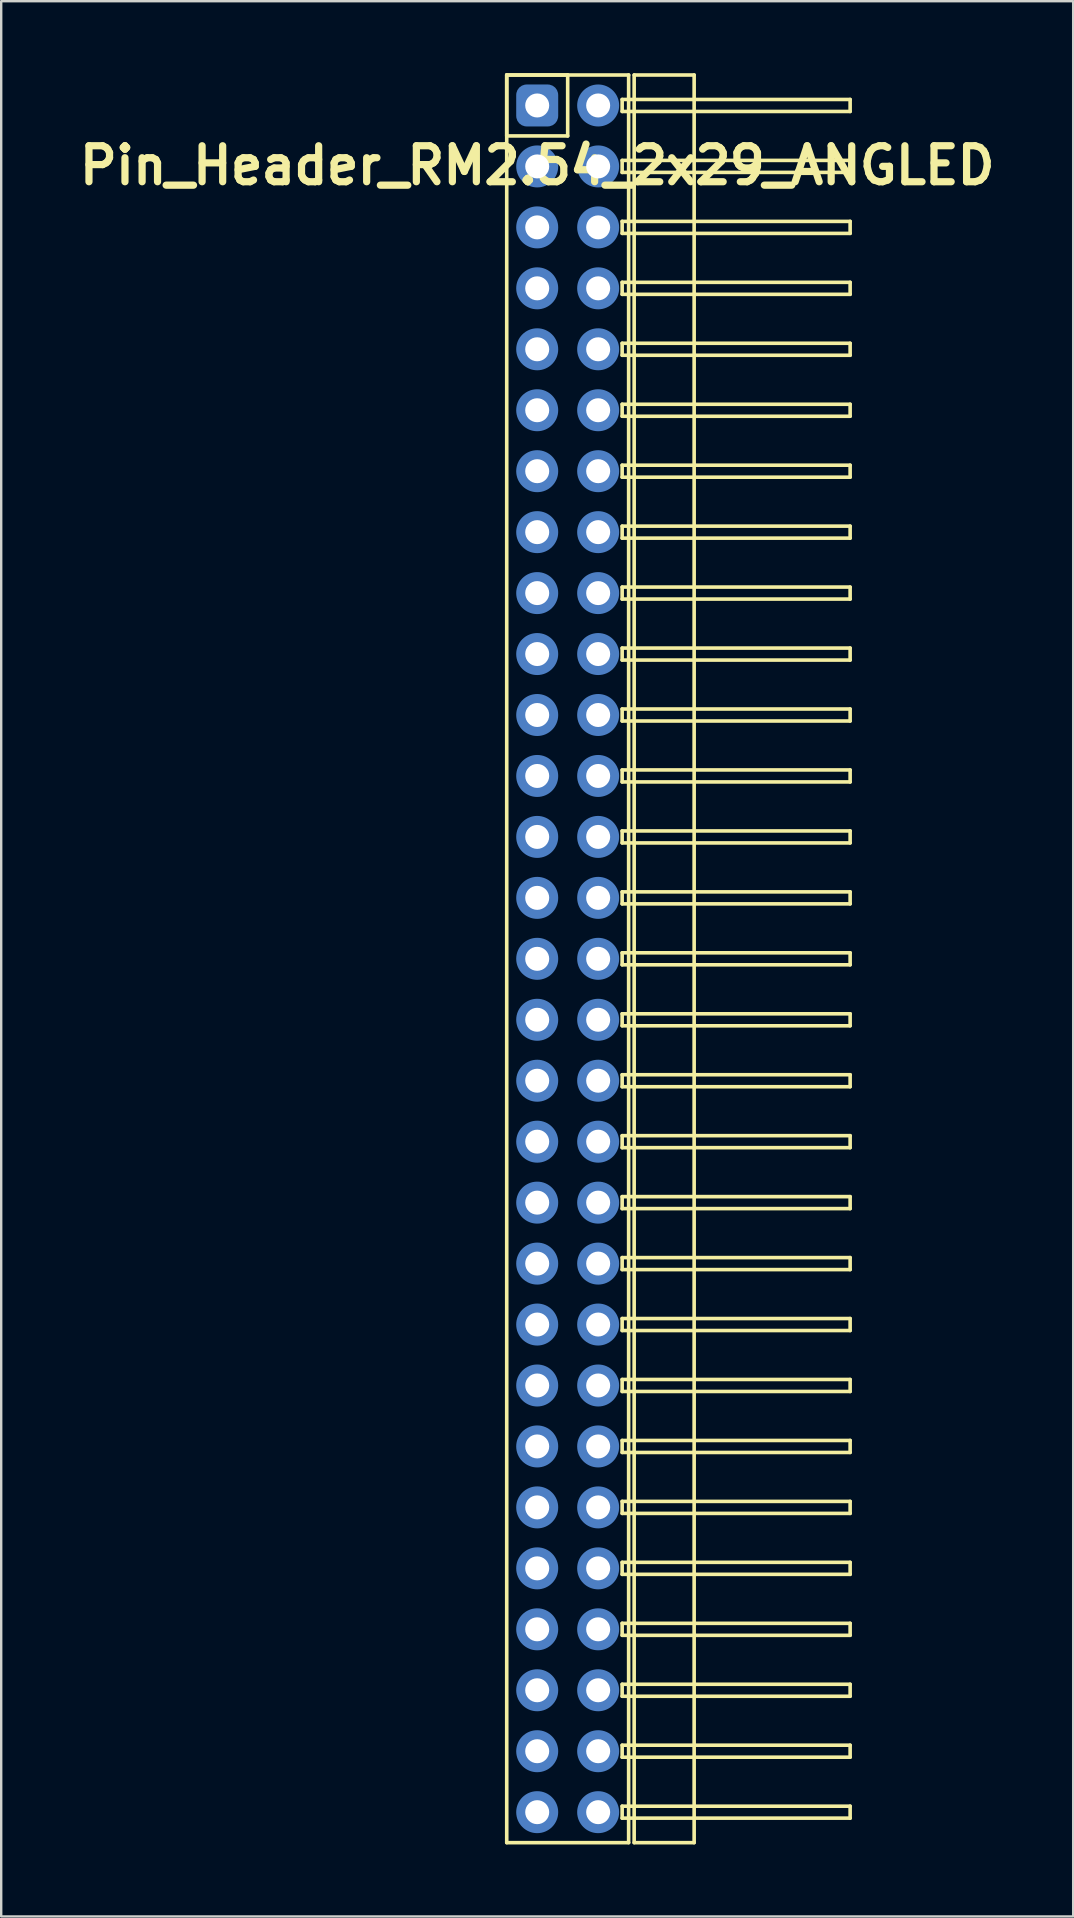
<source format=kicad_pcb>
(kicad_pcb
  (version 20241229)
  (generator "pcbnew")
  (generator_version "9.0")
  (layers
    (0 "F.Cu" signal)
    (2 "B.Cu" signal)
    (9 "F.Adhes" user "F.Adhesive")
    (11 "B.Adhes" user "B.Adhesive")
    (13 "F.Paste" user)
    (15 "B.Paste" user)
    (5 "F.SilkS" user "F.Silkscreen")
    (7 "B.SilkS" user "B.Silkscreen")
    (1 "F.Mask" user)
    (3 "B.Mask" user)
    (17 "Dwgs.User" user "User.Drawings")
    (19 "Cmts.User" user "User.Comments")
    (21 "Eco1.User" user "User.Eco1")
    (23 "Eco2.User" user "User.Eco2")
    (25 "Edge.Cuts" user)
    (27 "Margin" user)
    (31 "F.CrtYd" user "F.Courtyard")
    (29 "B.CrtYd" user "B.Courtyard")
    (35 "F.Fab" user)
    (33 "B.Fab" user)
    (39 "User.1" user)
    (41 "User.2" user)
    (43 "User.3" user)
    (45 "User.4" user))
  (footprint "Pin_Header_RM2.54_2x29_ANGLED"
    (layer "F.Cu")
    (at 19.336 1.345)
    (property "Reference" "Pin_Header_RM2.54_2x29_ANGLED" (at 0 2.5 0) (layer "F.SilkS") (effects (font (size 1.5 1.5) (thickness 0.3))))
    (attr through_hole)
    (fp_line (start -1.27 -1.27) (end 1.27 -1.27) (stroke (width 0.15) (type solid)) (layer "F.SilkS"))
    (fp_line (start -1.27 -1.27) (end 3.81 -1.27) (stroke (width 0.15) (type solid)) (layer "F.SilkS"))
    (fp_line (start -1.27 1.27) (end -1.27 -1.27) (stroke (width 0.15) (type solid)) (layer "F.SilkS"))
    (fp_line (start -1.27 72.39) (end -1.27 -1.27) (stroke (width 0.15) (type solid)) (layer "F.SilkS"))
    (fp_line (start 1.27 -1.27) (end 1.27 1.27) (stroke (width 0.15) (type solid)) (layer "F.SilkS"))
    (fp_line (start 1.27 1.27) (end -1.27 1.27) (stroke (width 0.15) (type solid)) (layer "F.SilkS"))
    (fp_line (start 3.54 -0.25) (end 13.04 -0.25) (stroke (width 0.15) (type solid)) (layer "F.SilkS"))
    (fp_line (start 3.54 0.25) (end 3.54 -0.25) (stroke (width 0.15) (type solid)) (layer "F.SilkS"))
    (fp_line (start 3.54 2.29) (end 13.04 2.29) (stroke (width 0.15) (type solid)) (layer "F.SilkS"))
    (fp_line (start 3.54 2.79) (end 3.54 2.29) (stroke (width 0.15) (type solid)) (layer "F.SilkS"))
    (fp_line (start 3.54 4.83) (end 13.04 4.83) (stroke (width 0.15) (type solid)) (layer "F.SilkS"))
    (fp_line (start 3.54 5.33) (end 3.54 4.83) (stroke (width 0.15) (type solid)) (layer "F.SilkS"))
    (fp_line (start 3.54 7.37) (end 13.04 7.37) (stroke (width 0.15) (type solid)) (layer "F.SilkS"))
    (fp_line (start 3.54 7.87) (end 3.54 7.37) (stroke (width 0.15) (type solid)) (layer "F.SilkS"))
    (fp_line (start 3.54 9.91) (end 13.04 9.91) (stroke (width 0.15) (type solid)) (layer "F.SilkS"))
    (fp_line (start 3.54 10.41) (end 3.54 9.91) (stroke (width 0.15) (type solid)) (layer "F.SilkS"))
    (fp_line (start 3.54 12.45) (end 13.04 12.45) (stroke (width 0.15) (type solid)) (layer "F.SilkS"))
    (fp_line (start 3.54 12.95) (end 3.54 12.45) (stroke (width 0.15) (type solid)) (layer "F.SilkS"))
    (fp_line (start 3.54 14.99) (end 13.04 14.99) (stroke (width 0.15) (type solid)) (layer "F.SilkS"))
    (fp_line (start 3.54 15.49) (end 3.54 14.99) (stroke (width 0.15) (type solid)) (layer "F.SilkS"))
    (fp_line (start 3.54 17.53) (end 13.04 17.53) (stroke (width 0.15) (type solid)) (layer "F.SilkS"))
    (fp_line (start 3.54 18.03) (end 3.54 17.53) (stroke (width 0.15) (type solid)) (layer "F.SilkS"))
    (fp_line (start 3.54 20.07) (end 13.04 20.07) (stroke (width 0.15) (type solid)) (layer "F.SilkS"))
    (fp_line (start 3.54 20.57) (end 3.54 20.07) (stroke (width 0.15) (type solid)) (layer "F.SilkS"))
    (fp_line (start 3.54 22.61) (end 13.04 22.61) (stroke (width 0.15) (type solid)) (layer "F.SilkS"))
    (fp_line (start 3.54 23.11) (end 3.54 22.61) (stroke (width 0.15) (type solid)) (layer "F.SilkS"))
    (fp_line (start 3.54 25.15) (end 13.04 25.15) (stroke (width 0.15) (type solid)) (layer "F.SilkS"))
    (fp_line (start 3.54 25.65) (end 3.54 25.15) (stroke (width 0.15) (type solid)) (layer "F.SilkS"))
    (fp_line (start 3.54 27.69) (end 13.04 27.69) (stroke (width 0.15) (type solid)) (layer "F.SilkS"))
    (fp_line (start 3.54 28.19) (end 3.54 27.69) (stroke (width 0.15) (type solid)) (layer "F.SilkS"))
    (fp_line (start 3.54 30.23) (end 13.04 30.23) (stroke (width 0.15) (type solid)) (layer "F.SilkS"))
    (fp_line (start 3.54 30.73) (end 3.54 30.23) (stroke (width 0.15) (type solid)) (layer "F.SilkS"))
    (fp_line (start 3.54 32.77) (end 13.04 32.77) (stroke (width 0.15) (type solid)) (layer "F.SilkS"))
    (fp_line (start 3.54 33.27) (end 3.54 32.77) (stroke (width 0.15) (type solid)) (layer "F.SilkS"))
    (fp_line (start 3.54 35.31) (end 13.04 35.31) (stroke (width 0.15) (type solid)) (layer "F.SilkS"))
    (fp_line (start 3.54 35.81) (end 3.54 35.31) (stroke (width 0.15) (type solid)) (layer "F.SilkS"))
    (fp_line (start 3.54 37.85) (end 13.04 37.85) (stroke (width 0.15) (type solid)) (layer "F.SilkS"))
    (fp_line (start 3.54 38.35) (end 3.54 37.85) (stroke (width 0.15) (type solid)) (layer "F.SilkS"))
    (fp_line (start 3.54 40.39) (end 13.04 40.39) (stroke (width 0.15) (type solid)) (layer "F.SilkS"))
    (fp_line (start 3.54 40.89) (end 3.54 40.39) (stroke (width 0.15) (type solid)) (layer "F.SilkS"))
    (fp_line (start 3.54 42.93) (end 13.04 42.93) (stroke (width 0.15) (type solid)) (layer "F.SilkS"))
    (fp_line (start 3.54 43.43) (end 3.54 42.93) (stroke (width 0.15) (type solid)) (layer "F.SilkS"))
    (fp_line (start 3.54 45.47) (end 13.04 45.47) (stroke (width 0.15) (type solid)) (layer "F.SilkS"))
    (fp_line (start 3.54 45.97) (end 3.54 45.47) (stroke (width 0.15) (type solid)) (layer "F.SilkS"))
    (fp_line (start 3.54 48.01) (end 13.04 48.01) (stroke (width 0.15) (type solid)) (layer "F.SilkS"))
    (fp_line (start 3.54 48.51) (end 3.54 48.01) (stroke (width 0.15) (type solid)) (layer "F.SilkS"))
    (fp_line (start 3.54 50.55) (end 13.04 50.55) (stroke (width 0.15) (type solid)) (layer "F.SilkS"))
    (fp_line (start 3.54 51.05) (end 3.54 50.55) (stroke (width 0.15) (type solid)) (layer "F.SilkS"))
    (fp_line (start 3.54 53.09) (end 13.04 53.09) (stroke (width 0.15) (type solid)) (layer "F.SilkS"))
    (fp_line (start 3.54 53.59) (end 3.54 53.09) (stroke (width 0.15) (type solid)) (layer "F.SilkS"))
    (fp_line (start 3.54 55.63) (end 13.04 55.63) (stroke (width 0.15) (type solid)) (layer "F.SilkS"))
    (fp_line (start 3.54 56.13) (end 3.54 55.63) (stroke (width 0.15) (type solid)) (layer "F.SilkS"))
    (fp_line (start 3.54 58.17) (end 13.04 58.17) (stroke (width 0.15) (type solid)) (layer "F.SilkS"))
    (fp_line (start 3.54 58.67) (end 3.54 58.17) (stroke (width 0.15) (type solid)) (layer "F.SilkS"))
    (fp_line (start 3.54 60.71) (end 13.04 60.71) (stroke (width 0.15) (type solid)) (layer "F.SilkS"))
    (fp_line (start 3.54 61.21) (end 3.54 60.71) (stroke (width 0.15) (type solid)) (layer "F.SilkS"))
    (fp_line (start 3.54 63.25) (end 13.04 63.25) (stroke (width 0.15) (type solid)) (layer "F.SilkS"))
    (fp_line (start 3.54 63.75) (end 3.54 63.25) (stroke (width 0.15) (type solid)) (layer "F.SilkS"))
    (fp_line (start 3.54 65.79) (end 13.04 65.79) (stroke (width 0.15) (type solid)) (layer "F.SilkS"))
    (fp_line (start 3.54 66.29) (end 3.54 65.79) (stroke (width 0.15) (type solid)) (layer "F.SilkS"))
    (fp_line (start 3.54 68.33) (end 13.04 68.33) (stroke (width 0.15) (type solid)) (layer "F.SilkS"))
    (fp_line (start 3.54 68.83) (end 3.54 68.33) (stroke (width 0.15) (type solid)) (layer "F.SilkS"))
    (fp_line (start 3.54 70.87) (end 13.04 70.87) (stroke (width 0.15) (type solid)) (layer "F.SilkS"))
    (fp_line (start 3.54 71.37) (end 3.54 70.87) (stroke (width 0.15) (type solid)) (layer "F.SilkS"))
    (fp_line (start 3.81 -1.27) (end 3.81 72.39) (stroke (width 0.15) (type solid)) (layer "F.SilkS"))
    (fp_line (start 3.81 72.39) (end -1.27 72.39) (stroke (width 0.15) (type solid)) (layer "F.SilkS"))
    (fp_line (start 4.04 -1.27) (end 6.54 -1.27) (stroke (width 0.15) (type solid)) (layer "F.SilkS"))
    (fp_line (start 4.04 72.39) (end 4.04 -1.27) (stroke (width 0.15) (type solid)) (layer "F.SilkS"))
    (fp_line (start 6.54 -1.27) (end 6.54 72.39) (stroke (width 0.15) (type solid)) (layer "F.SilkS"))
    (fp_line (start 6.54 72.39) (end 4.04 72.39) (stroke (width 0.15) (type solid)) (layer "F.SilkS"))
    (fp_line (start 13.04 -0.25) (end 13.04 0.25) (stroke (width 0.15) (type solid)) (layer "F.SilkS"))
    (fp_line (start 13.04 0.25) (end 3.54 0.25) (stroke (width 0.15) (type solid)) (layer "F.SilkS"))
    (fp_line (start 13.04 2.29) (end 13.04 2.79) (stroke (width 0.15) (type solid)) (layer "F.SilkS"))
    (fp_line (start 13.04 2.79) (end 3.54 2.79) (stroke (width 0.15) (type solid)) (layer "F.SilkS"))
    (fp_line (start 13.04 4.83) (end 13.04 5.33) (stroke (width 0.15) (type solid)) (layer "F.SilkS"))
    (fp_line (start 13.04 5.33) (end 3.54 5.33) (stroke (width 0.15) (type solid)) (layer "F.SilkS"))
    (fp_line (start 13.04 7.37) (end 13.04 7.87) (stroke (width 0.15) (type solid)) (layer "F.SilkS"))
    (fp_line (start 13.04 7.87) (end 3.54 7.87) (stroke (width 0.15) (type solid)) (layer "F.SilkS"))
    (fp_line (start 13.04 9.91) (end 13.04 10.41) (stroke (width 0.15) (type solid)) (layer "F.SilkS"))
    (fp_line (start 13.04 10.41) (end 3.54 10.41) (stroke (width 0.15) (type solid)) (layer "F.SilkS"))
    (fp_line (start 13.04 12.45) (end 13.04 12.95) (stroke (width 0.15) (type solid)) (layer "F.SilkS"))
    (fp_line (start 13.04 12.95) (end 3.54 12.95) (stroke (width 0.15) (type solid)) (layer "F.SilkS"))
    (fp_line (start 13.04 14.99) (end 13.04 15.49) (stroke (width 0.15) (type solid)) (layer "F.SilkS"))
    (fp_line (start 13.04 15.49) (end 3.54 15.49) (stroke (width 0.15) (type solid)) (layer "F.SilkS"))
    (fp_line (start 13.04 17.53) (end 13.04 18.03) (stroke (width 0.15) (type solid)) (layer "F.SilkS"))
    (fp_line (start 13.04 18.03) (end 3.54 18.03) (stroke (width 0.15) (type solid)) (layer "F.SilkS"))
    (fp_line (start 13.04 20.07) (end 13.04 20.57) (stroke (width 0.15) (type solid)) (layer "F.SilkS"))
    (fp_line (start 13.04 20.57) (end 3.54 20.57) (stroke (width 0.15) (type solid)) (layer "F.SilkS"))
    (fp_line (start 13.04 22.61) (end 13.04 23.11) (stroke (width 0.15) (type solid)) (layer "F.SilkS"))
    (fp_line (start 13.04 23.11) (end 3.54 23.11) (stroke (width 0.15) (type solid)) (layer "F.SilkS"))
    (fp_line (start 13.04 25.15) (end 13.04 25.65) (stroke (width 0.15) (type solid)) (layer "F.SilkS"))
    (fp_line (start 13.04 25.65) (end 3.54 25.65) (stroke (width 0.15) (type solid)) (layer "F.SilkS"))
    (fp_line (start 13.04 27.69) (end 13.04 28.19) (stroke (width 0.15) (type solid)) (layer "F.SilkS"))
    (fp_line (start 13.04 28.19) (end 3.54 28.19) (stroke (width 0.15) (type solid)) (layer "F.SilkS"))
    (fp_line (start 13.04 30.23) (end 13.04 30.73) (stroke (width 0.15) (type solid)) (layer "F.SilkS"))
    (fp_line (start 13.04 30.73) (end 3.54 30.73) (stroke (width 0.15) (type solid)) (layer "F.SilkS"))
    (fp_line (start 13.04 32.77) (end 13.04 33.27) (stroke (width 0.15) (type solid)) (layer "F.SilkS"))
    (fp_line (start 13.04 33.27) (end 3.54 33.27) (stroke (width 0.15) (type solid)) (layer "F.SilkS"))
    (fp_line (start 13.04 35.31) (end 13.04 35.81) (stroke (width 0.15) (type solid)) (layer "F.SilkS"))
    (fp_line (start 13.04 35.81) (end 3.54 35.81) (stroke (width 0.15) (type solid)) (layer "F.SilkS"))
    (fp_line (start 13.04 37.85) (end 13.04 38.35) (stroke (width 0.15) (type solid)) (layer "F.SilkS"))
    (fp_line (start 13.04 38.35) (end 3.54 38.35) (stroke (width 0.15) (type solid)) (layer "F.SilkS"))
    (fp_line (start 13.04 40.39) (end 13.04 40.89) (stroke (width 0.15) (type solid)) (layer "F.SilkS"))
    (fp_line (start 13.04 40.89) (end 3.54 40.89) (stroke (width 0.15) (type solid)) (layer "F.SilkS"))
    (fp_line (start 13.04 42.93) (end 13.04 43.43) (stroke (width 0.15) (type solid)) (layer "F.SilkS"))
    (fp_line (start 13.04 43.43) (end 3.54 43.43) (stroke (width 0.15) (type solid)) (layer "F.SilkS"))
    (fp_line (start 13.04 45.47) (end 13.04 45.97) (stroke (width 0.15) (type solid)) (layer "F.SilkS"))
    (fp_line (start 13.04 45.97) (end 3.54 45.97) (stroke (width 0.15) (type solid)) (layer "F.SilkS"))
    (fp_line (start 13.04 48.01) (end 13.04 48.51) (stroke (width 0.15) (type solid)) (layer "F.SilkS"))
    (fp_line (start 13.04 48.51) (end 3.54 48.51) (stroke (width 0.15) (type solid)) (layer "F.SilkS"))
    (fp_line (start 13.04 50.55) (end 13.04 51.05) (stroke (width 0.15) (type solid)) (layer "F.SilkS"))
    (fp_line (start 13.04 51.05) (end 3.54 51.05) (stroke (width 0.15) (type solid)) (layer "F.SilkS"))
    (fp_line (start 13.04 53.09) (end 13.04 53.59) (stroke (width 0.15) (type solid)) (layer "F.SilkS"))
    (fp_line (start 13.04 53.59) (end 3.54 53.59) (stroke (width 0.15) (type solid)) (layer "F.SilkS"))
    (fp_line (start 13.04 55.63) (end 13.04 56.13) (stroke (width 0.15) (type solid)) (layer "F.SilkS"))
    (fp_line (start 13.04 56.13) (end 3.54 56.13) (stroke (width 0.15) (type solid)) (layer "F.SilkS"))
    (fp_line (start 13.04 58.17) (end 13.04 58.67) (stroke (width 0.15) (type solid)) (layer "F.SilkS"))
    (fp_line (start 13.04 58.67) (end 3.54 58.67) (stroke (width 0.15) (type solid)) (layer "F.SilkS"))
    (fp_line (start 13.04 60.71) (end 13.04 61.21) (stroke (width 0.15) (type solid)) (layer "F.SilkS"))
    (fp_line (start 13.04 61.21) (end 3.54 61.21) (stroke (width 0.15) (type solid)) (layer "F.SilkS"))
    (fp_line (start 13.04 63.25) (end 13.04 63.75) (stroke (width 0.15) (type solid)) (layer "F.SilkS"))
    (fp_line (start 13.04 63.75) (end 3.54 63.75) (stroke (width 0.15) (type solid)) (layer "F.SilkS"))
    (fp_line (start 13.04 65.79) (end 13.04 66.29) (stroke (width 0.15) (type solid)) (layer "F.SilkS"))
    (fp_line (start 13.04 66.29) (end 3.54 66.29) (stroke (width 0.15) (type solid)) (layer "F.SilkS"))
    (fp_line (start 13.04 68.33) (end 13.04 68.83) (stroke (width 0.15) (type solid)) (layer "F.SilkS"))
    (fp_line (start 13.04 68.83) (end 3.54 68.83) (stroke (width 0.15) (type solid)) (layer "F.SilkS"))
    (fp_line (start 13.04 70.87) (end 13.04 71.37) (stroke (width 0.15) (type solid)) (layer "F.SilkS"))
    (fp_line (start 13.04 71.37) (end 3.54 71.37) (stroke (width 0.15) (type solid)) (layer "F.SilkS"))
    (pad "1" thru_hole circle (at 0 0) (size 1.3 1.3) (drill 1) (layers "*.Cu" "*.Mask"))
    (pad "1" smd roundrect (at 0 0) (size 1.5 1.5) (layers "F.Cu" "F.Mask") (roundrect_rratio 0.25))
    (pad "1" smd roundrect (at 0 0) (size 1.75 1.75) (layers "B.Cu" "B.Mask") (roundrect_rratio 0.25))
    (pad "2" thru_hole circle (at 2.54 0) (size 1.3 1.3) (drill 1) (layers "*.Cu" "*.Mask"))
    (pad "2" smd circle (at 2.54 0) (size 1.5 1.5) (layers "F.Cu" "F.Mask"))
    (pad "2" smd circle (at 2.54 0) (size 1.75 1.75) (layers "B.Cu" "B.Mask"))
    (pad "3" thru_hole circle (at 0 2.54) (size 1.3 1.3) (drill 1) (layers "*.Cu" "*.Mask"))
    (pad "3" smd circle (at 0 2.54) (size 1.5 1.5) (layers "F.Cu" "F.Mask"))
    (pad "3" smd circle (at 0 2.54) (size 1.75 1.75) (layers "B.Cu" "B.Mask"))
    (pad "4" thru_hole circle (at 2.54 2.54) (size 1.3 1.3) (drill 1) (layers "*.Cu" "*.Mask"))
    (pad "4" smd circle (at 2.54 2.54) (size 1.5 1.5) (layers "F.Cu" "F.Mask"))
    (pad "4" smd circle (at 2.54 2.54) (size 1.75 1.75) (layers "B.Cu" "B.Mask"))
    (pad "5" thru_hole circle (at 0 5.08) (size 1.3 1.3) (drill 1) (layers "*.Cu" "*.Mask"))
    (pad "5" smd circle (at 0 5.08) (size 1.5 1.5) (layers "F.Cu" "F.Mask"))
    (pad "5" smd circle (at 0 5.08) (size 1.75 1.75) (layers "B.Cu" "B.Mask"))
    (pad "6" thru_hole circle (at 2.54 5.08) (size 1.3 1.3) (drill 1) (layers "*.Cu" "*.Mask"))
    (pad "6" smd circle (at 2.54 5.08) (size 1.5 1.5) (layers "F.Cu" "F.Mask"))
    (pad "6" smd circle (at 2.54 5.08) (size 1.75 1.75) (layers "B.Cu" "B.Mask"))
    (pad "7" thru_hole circle (at 0 7.62) (size 1.3 1.3) (drill 1) (layers "*.Cu" "*.Mask"))
    (pad "7" smd circle (at 0 7.62) (size 1.5 1.5) (layers "F.Cu" "F.Mask"))
    (pad "7" smd circle (at 0 7.62) (size 1.75 1.75) (layers "B.Cu" "B.Mask"))
    (pad "8" thru_hole circle (at 2.54 7.62) (size 1.3 1.3) (drill 1) (layers "*.Cu" "*.Mask"))
    (pad "8" smd circle (at 2.54 7.62) (size 1.5 1.5) (layers "F.Cu" "F.Mask"))
    (pad "8" smd circle (at 2.54 7.62) (size 1.75 1.75) (layers "B.Cu" "B.Mask"))
    (pad "9" thru_hole circle (at 0 10.16) (size 1.3 1.3) (drill 1) (layers "*.Cu" "*.Mask"))
    (pad "9" smd circle (at 0 10.16) (size 1.5 1.5) (layers "F.Cu" "F.Mask"))
    (pad "9" smd circle (at 0 10.16) (size 1.75 1.75) (layers "B.Cu" "B.Mask"))
    (pad "10" thru_hole circle (at 2.54 10.16) (size 1.3 1.3) (drill 1) (layers "*.Cu" "*.Mask"))
    (pad "10" smd circle (at 2.54 10.16) (size 1.5 1.5) (layers "F.Cu" "F.Mask"))
    (pad "10" smd circle (at 2.54 10.16) (size 1.75 1.75) (layers "B.Cu" "B.Mask"))
    (pad "11" thru_hole circle (at 0 12.7) (size 1.3 1.3) (drill 1) (layers "*.Cu" "*.Mask"))
    (pad "11" smd circle (at 0 12.7) (size 1.5 1.5) (layers "F.Cu" "F.Mask"))
    (pad "11" smd circle (at 0 12.7) (size 1.75 1.75) (layers "B.Cu" "B.Mask"))
    (pad "12" thru_hole circle (at 2.54 12.7) (size 1.3 1.3) (drill 1) (layers "*.Cu" "*.Mask"))
    (pad "12" smd circle (at 2.54 12.7) (size 1.5 1.5) (layers "F.Cu" "F.Mask"))
    (pad "12" smd circle (at 2.54 12.7) (size 1.75 1.75) (layers "B.Cu" "B.Mask"))
    (pad "13" thru_hole circle (at 0 15.24) (size 1.3 1.3) (drill 1) (layers "*.Cu" "*.Mask"))
    (pad "13" smd circle (at 0 15.24) (size 1.5 1.5) (layers "F.Cu" "F.Mask"))
    (pad "13" smd circle (at 0 15.24) (size 1.75 1.75) (layers "B.Cu" "B.Mask"))
    (pad "14" thru_hole circle (at 2.54 15.24) (size 1.3 1.3) (drill 1) (layers "*.Cu" "*.Mask"))
    (pad "14" smd circle (at 2.54 15.24) (size 1.5 1.5) (layers "F.Cu" "F.Mask"))
    (pad "14" smd circle (at 2.54 15.24) (size 1.75 1.75) (layers "B.Cu" "B.Mask"))
    (pad "15" thru_hole circle (at 0 17.78) (size 1.3 1.3) (drill 1) (layers "*.Cu" "*.Mask"))
    (pad "15" smd circle (at 0 17.78) (size 1.5 1.5) (layers "F.Cu" "F.Mask"))
    (pad "15" smd circle (at 0 17.78) (size 1.75 1.75) (layers "B.Cu" "B.Mask"))
    (pad "16" thru_hole circle (at 2.54 17.78) (size 1.3 1.3) (drill 1) (layers "*.Cu" "*.Mask"))
    (pad "16" smd circle (at 2.54 17.78) (size 1.5 1.5) (layers "F.Cu" "F.Mask"))
    (pad "16" smd circle (at 2.54 17.78) (size 1.75 1.75) (layers "B.Cu" "B.Mask"))
    (pad "17" thru_hole circle (at 0 20.32) (size 1.3 1.3) (drill 1) (layers "*.Cu" "*.Mask"))
    (pad "17" smd circle (at 0 20.32) (size 1.5 1.5) (layers "F.Cu" "F.Mask"))
    (pad "17" smd circle (at 0 20.32) (size 1.75 1.75) (layers "B.Cu" "B.Mask"))
    (pad "18" thru_hole circle (at 2.54 20.32) (size 1.3 1.3) (drill 1) (layers "*.Cu" "*.Mask"))
    (pad "18" smd circle (at 2.54 20.32) (size 1.5 1.5) (layers "F.Cu" "F.Mask"))
    (pad "18" smd circle (at 2.54 20.32) (size 1.75 1.75) (layers "B.Cu" "B.Mask"))
    (pad "19" thru_hole circle (at 0 22.86) (size 1.3 1.3) (drill 1) (layers "*.Cu" "*.Mask"))
    (pad "19" smd circle (at 0 22.86) (size 1.5 1.5) (layers "F.Cu" "F.Mask"))
    (pad "19" smd circle (at 0 22.86) (size 1.75 1.75) (layers "B.Cu" "B.Mask"))
    (pad "20" thru_hole circle (at 2.54 22.86) (size 1.3 1.3) (drill 1) (layers "*.Cu" "*.Mask"))
    (pad "20" smd circle (at 2.54 22.86) (size 1.5 1.5) (layers "F.Cu" "F.Mask"))
    (pad "20" smd circle (at 2.54 22.86) (size 1.75 1.75) (layers "B.Cu" "B.Mask"))
    (pad "21" thru_hole circle (at 0 25.4) (size 1.3 1.3) (drill 1) (layers "*.Cu" "*.Mask"))
    (pad "21" smd circle (at 0 25.4) (size 1.5 1.5) (layers "F.Cu" "F.Mask"))
    (pad "21" smd circle (at 0 25.4) (size 1.75 1.75) (layers "B.Cu" "B.Mask"))
    (pad "22" thru_hole circle (at 2.54 25.4) (size 1.3 1.3) (drill 1) (layers "*.Cu" "*.Mask"))
    (pad "22" smd circle (at 2.54 25.4) (size 1.5 1.5) (layers "F.Cu" "F.Mask"))
    (pad "22" smd circle (at 2.54 25.4) (size 1.75 1.75) (layers "B.Cu" "B.Mask"))
    (pad "23" thru_hole circle (at 0 27.94) (size 1.3 1.3) (drill 1) (layers "*.Cu" "*.Mask"))
    (pad "23" smd circle (at 0 27.94) (size 1.5 1.5) (layers "F.Cu" "F.Mask"))
    (pad "23" smd circle (at 0 27.94) (size 1.75 1.75) (layers "B.Cu" "B.Mask"))
    (pad "24" thru_hole circle (at 2.54 27.94) (size 1.3 1.3) (drill 1) (layers "*.Cu" "*.Mask"))
    (pad "24" smd circle (at 2.54 27.94) (size 1.5 1.5) (layers "F.Cu" "F.Mask"))
    (pad "24" smd circle (at 2.54 27.94) (size 1.75 1.75) (layers "B.Cu" "B.Mask"))
    (pad "25" thru_hole circle (at 0 30.48) (size 1.3 1.3) (drill 1) (layers "*.Cu" "*.Mask"))
    (pad "25" smd circle (at 0 30.48) (size 1.5 1.5) (layers "F.Cu" "F.Mask"))
    (pad "25" smd circle (at 0 30.48) (size 1.75 1.75) (layers "B.Cu" "B.Mask"))
    (pad "26" thru_hole circle (at 2.54 30.48) (size 1.3 1.3) (drill 1) (layers "*.Cu" "*.Mask"))
    (pad "26" smd circle (at 2.54 30.48) (size 1.5 1.5) (layers "F.Cu" "F.Mask"))
    (pad "26" smd circle (at 2.54 30.48) (size 1.75 1.75) (layers "B.Cu" "B.Mask"))
    (pad "27" thru_hole circle (at 0 33.02) (size 1.3 1.3) (drill 1) (layers "*.Cu" "*.Mask"))
    (pad "27" smd circle (at 0 33.02) (size 1.5 1.5) (layers "F.Cu" "F.Mask"))
    (pad "27" smd circle (at 0 33.02) (size 1.75 1.75) (layers "B.Cu" "B.Mask"))
    (pad "28" thru_hole circle (at 2.54 33.02) (size 1.3 1.3) (drill 1) (layers "*.Cu" "*.Mask"))
    (pad "28" smd circle (at 2.54 33.02) (size 1.5 1.5) (layers "F.Cu" "F.Mask"))
    (pad "28" smd circle (at 2.54 33.02) (size 1.75 1.75) (layers "B.Cu" "B.Mask"))
    (pad "29" thru_hole circle (at 0 35.56) (size 1.3 1.3) (drill 1) (layers "*.Cu" "*.Mask"))
    (pad "29" smd circle (at 0 35.56) (size 1.5 1.5) (layers "F.Cu" "F.Mask"))
    (pad "29" smd circle (at 0 35.56) (size 1.75 1.75) (layers "B.Cu" "B.Mask"))
    (pad "30" thru_hole circle (at 2.54 35.56) (size 1.3 1.3) (drill 1) (layers "*.Cu" "*.Mask"))
    (pad "30" smd circle (at 2.54 35.56) (size 1.5 1.5) (layers "F.Cu" "F.Mask"))
    (pad "30" smd circle (at 2.54 35.56) (size 1.75 1.75) (layers "B.Cu" "B.Mask"))
    (pad "31" thru_hole circle (at 0 38.1) (size 1.3 1.3) (drill 1) (layers "*.Cu" "*.Mask"))
    (pad "31" smd circle (at 0 38.1) (size 1.5 1.5) (layers "F.Cu" "F.Mask"))
    (pad "31" smd circle (at 0 38.1) (size 1.75 1.75) (layers "B.Cu" "B.Mask"))
    (pad "32" thru_hole circle (at 2.54 38.1) (size 1.3 1.3) (drill 1) (layers "*.Cu" "*.Mask"))
    (pad "32" smd circle (at 2.54 38.1) (size 1.5 1.5) (layers "F.Cu" "F.Mask"))
    (pad "32" smd circle (at 2.54 38.1) (size 1.75 1.75) (layers "B.Cu" "B.Mask"))
    (pad "33" thru_hole circle (at 0 40.64) (size 1.3 1.3) (drill 1) (layers "*.Cu" "*.Mask"))
    (pad "33" smd circle (at 0 40.64) (size 1.5 1.5) (layers "F.Cu" "F.Mask"))
    (pad "33" smd circle (at 0 40.64) (size 1.75 1.75) (layers "B.Cu" "B.Mask"))
    (pad "34" thru_hole circle (at 2.54 40.64) (size 1.3 1.3) (drill 1) (layers "*.Cu" "*.Mask"))
    (pad "34" smd circle (at 2.54 40.64) (size 1.5 1.5) (layers "F.Cu" "F.Mask"))
    (pad "34" smd circle (at 2.54 40.64) (size 1.75 1.75) (layers "B.Cu" "B.Mask"))
    (pad "35" thru_hole circle (at 0 43.18) (size 1.3 1.3) (drill 1) (layers "*.Cu" "*.Mask"))
    (pad "35" smd circle (at 0 43.18) (size 1.5 1.5) (layers "F.Cu" "F.Mask"))
    (pad "35" smd circle (at 0 43.18) (size 1.75 1.75) (layers "B.Cu" "B.Mask"))
    (pad "36" thru_hole circle (at 2.54 43.18) (size 1.3 1.3) (drill 1) (layers "*.Cu" "*.Mask"))
    (pad "36" smd circle (at 2.54 43.18) (size 1.5 1.5) (layers "F.Cu" "F.Mask"))
    (pad "36" smd circle (at 2.54 43.18) (size 1.75 1.75) (layers "B.Cu" "B.Mask"))
    (pad "37" thru_hole circle (at 0 45.72) (size 1.3 1.3) (drill 1) (layers "*.Cu" "*.Mask"))
    (pad "37" smd circle (at 0 45.72) (size 1.5 1.5) (layers "F.Cu" "F.Mask"))
    (pad "37" smd circle (at 0 45.72) (size 1.75 1.75) (layers "B.Cu" "B.Mask"))
    (pad "38" thru_hole circle (at 2.54 45.72) (size 1.3 1.3) (drill 1) (layers "*.Cu" "*.Mask"))
    (pad "38" smd circle (at 2.54 45.72) (size 1.5 1.5) (layers "F.Cu" "F.Mask"))
    (pad "38" smd circle (at 2.54 45.72) (size 1.75 1.75) (layers "B.Cu" "B.Mask"))
    (pad "39" thru_hole circle (at 0 48.26) (size 1.3 1.3) (drill 1) (layers "*.Cu" "*.Mask"))
    (pad "39" smd circle (at 0 48.26) (size 1.5 1.5) (layers "F.Cu" "F.Mask"))
    (pad "39" smd circle (at 0 48.26) (size 1.75 1.75) (layers "B.Cu" "B.Mask"))
    (pad "40" thru_hole circle (at 2.54 48.26) (size 1.3 1.3) (drill 1) (layers "*.Cu" "*.Mask"))
    (pad "40" smd circle (at 2.54 48.26) (size 1.5 1.5) (layers "F.Cu" "F.Mask"))
    (pad "40" smd circle (at 2.54 48.26) (size 1.75 1.75) (layers "B.Cu" "B.Mask"))
    (pad "41" thru_hole circle (at 0 50.8) (size 1.3 1.3) (drill 1) (layers "*.Cu" "*.Mask"))
    (pad "41" smd circle (at 0 50.8) (size 1.5 1.5) (layers "F.Cu" "F.Mask"))
    (pad "41" smd circle (at 0 50.8) (size 1.75 1.75) (layers "B.Cu" "B.Mask"))
    (pad "42" thru_hole circle (at 2.54 50.8) (size 1.3 1.3) (drill 1) (layers "*.Cu" "*.Mask"))
    (pad "42" smd circle (at 2.54 50.8) (size 1.5 1.5) (layers "F.Cu" "F.Mask"))
    (pad "42" smd circle (at 2.54 50.8) (size 1.75 1.75) (layers "B.Cu" "B.Mask"))
    (pad "43" thru_hole circle (at 0 53.34) (size 1.3 1.3) (drill 1) (layers "*.Cu" "*.Mask"))
    (pad "43" smd circle (at 0 53.34) (size 1.5 1.5) (layers "F.Cu" "F.Mask"))
    (pad "43" smd circle (at 0 53.34) (size 1.75 1.75) (layers "B.Cu" "B.Mask"))
    (pad "44" thru_hole circle (at 2.54 53.34) (size 1.3 1.3) (drill 1) (layers "*.Cu" "*.Mask"))
    (pad "44" smd circle (at 2.54 53.34) (size 1.5 1.5) (layers "F.Cu" "F.Mask"))
    (pad "44" smd circle (at 2.54 53.34) (size 1.75 1.75) (layers "B.Cu" "B.Mask"))
    (pad "45" thru_hole circle (at 0 55.88) (size 1.3 1.3) (drill 1) (layers "*.Cu" "*.Mask"))
    (pad "45" smd circle (at 0 55.88) (size 1.5 1.5) (layers "F.Cu" "F.Mask"))
    (pad "45" smd circle (at 0 55.88) (size 1.75 1.75) (layers "B.Cu" "B.Mask"))
    (pad "46" thru_hole circle (at 2.54 55.88) (size 1.3 1.3) (drill 1) (layers "*.Cu" "*.Mask"))
    (pad "46" smd circle (at 2.54 55.88) (size 1.5 1.5) (layers "F.Cu" "F.Mask"))
    (pad "46" smd circle (at 2.54 55.88) (size 1.75 1.75) (layers "B.Cu" "B.Mask"))
    (pad "47" thru_hole circle (at 0 58.42) (size 1.3 1.3) (drill 1) (layers "*.Cu" "*.Mask"))
    (pad "47" smd circle (at 0 58.42) (size 1.5 1.5) (layers "F.Cu" "F.Mask"))
    (pad "47" smd circle (at 0 58.42) (size 1.75 1.75) (layers "B.Cu" "B.Mask"))
    (pad "48" thru_hole circle (at 2.54 58.42) (size 1.3 1.3) (drill 1) (layers "*.Cu" "*.Mask"))
    (pad "48" smd circle (at 2.54 58.42) (size 1.5 1.5) (layers "F.Cu" "F.Mask"))
    (pad "48" smd circle (at 2.54 58.42) (size 1.75 1.75) (layers "B.Cu" "B.Mask"))
    (pad "49" thru_hole circle (at 0 60.96) (size 1.3 1.3) (drill 1) (layers "*.Cu" "*.Mask"))
    (pad "49" smd circle (at 0 60.96) (size 1.5 1.5) (layers "F.Cu" "F.Mask"))
    (pad "49" smd circle (at 0 60.96) (size 1.75 1.75) (layers "B.Cu" "B.Mask"))
    (pad "50" thru_hole circle (at 2.54 60.96) (size 1.3 1.3) (drill 1) (layers "*.Cu" "*.Mask"))
    (pad "50" smd circle (at 2.54 60.96) (size 1.5 1.5) (layers "F.Cu" "F.Mask"))
    (pad "50" smd circle (at 2.54 60.96) (size 1.75 1.75) (layers "B.Cu" "B.Mask"))
    (pad "51" thru_hole circle (at 0 63.5) (size 1.3 1.3) (drill 1) (layers "*.Cu" "*.Mask"))
    (pad "51" smd circle (at 0 63.5) (size 1.5 1.5) (layers "F.Cu" "F.Mask"))
    (pad "51" smd circle (at 0 63.5) (size 1.75 1.75) (layers "B.Cu" "B.Mask"))
    (pad "52" thru_hole circle (at 2.54 63.5) (size 1.3 1.3) (drill 1) (layers "*.Cu" "*.Mask"))
    (pad "52" smd circle (at 2.54 63.5) (size 1.5 1.5) (layers "F.Cu" "F.Mask"))
    (pad "52" smd circle (at 2.54 63.5) (size 1.75 1.75) (layers "B.Cu" "B.Mask"))
    (pad "53" thru_hole circle (at 0 66.04) (size 1.3 1.3) (drill 1) (layers "*.Cu" "*.Mask"))
    (pad "53" smd circle (at 0 66.04) (size 1.5 1.5) (layers "F.Cu" "F.Mask"))
    (pad "53" smd circle (at 0 66.04) (size 1.75 1.75) (layers "B.Cu" "B.Mask"))
    (pad "54" thru_hole circle (at 2.54 66.04) (size 1.3 1.3) (drill 1) (layers "*.Cu" "*.Mask"))
    (pad "54" smd circle (at 2.54 66.04) (size 1.5 1.5) (layers "F.Cu" "F.Mask"))
    (pad "54" smd circle (at 2.54 66.04) (size 1.75 1.75) (layers "B.Cu" "B.Mask"))
    (pad "55" thru_hole circle (at 0 68.58) (size 1.3 1.3) (drill 1) (layers "*.Cu" "*.Mask"))
    (pad "55" smd circle (at 0 68.58) (size 1.5 1.5) (layers "F.Cu" "F.Mask"))
    (pad "55" smd circle (at 0 68.58) (size 1.75 1.75) (layers "B.Cu" "B.Mask"))
    (pad "56" thru_hole circle (at 2.54 68.58) (size 1.3 1.3) (drill 1) (layers "*.Cu" "*.Mask"))
    (pad "56" smd circle (at 2.54 68.58) (size 1.5 1.5) (layers "F.Cu" "F.Mask"))
    (pad "56" smd circle (at 2.54 68.58) (size 1.75 1.75) (layers "B.Cu" "B.Mask"))
    (pad "57" thru_hole circle (at 0 71.12) (size 1.3 1.3) (drill 1) (layers "*.Cu" "*.Mask"))
    (pad "57" smd circle (at 0 71.12) (size 1.5 1.5) (layers "F.Cu" "F.Mask"))
    (pad "57" smd circle (at 0 71.12) (size 1.75 1.75) (layers "B.Cu" "B.Mask"))
    (pad "58" thru_hole circle (at 2.54 71.12) (size 1.3 1.3) (drill 1) (layers "*.Cu" "*.Mask"))
    (pad "58" smd circle (at 2.54 71.12) (size 1.5 1.5) (layers "F.Cu" "F.Mask"))
    (pad "58" smd circle (at 2.54 71.12) (size 1.75 1.75) (layers "B.Cu" "B.Mask")))
  (gr_rect
    (start -3 -3)
    (end 41.671 76.81)
    (stroke (width 0.1) (type default))
    (fill no)
    (layer "Edge.Cuts")))
</source>
